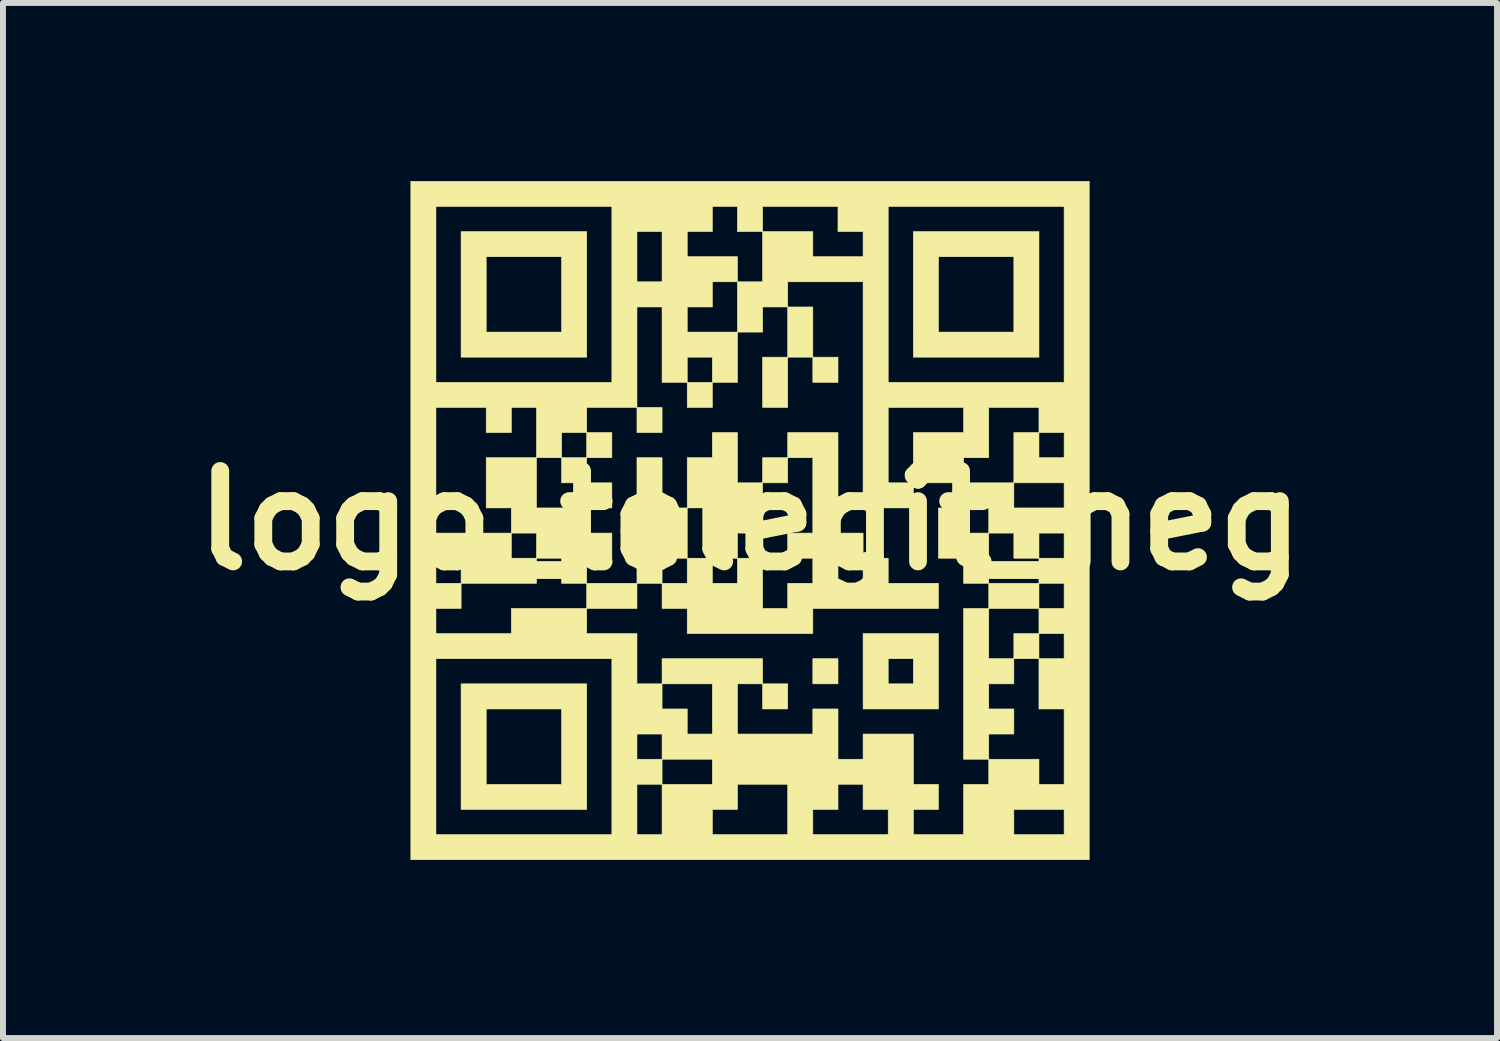
<source format=kicad_pcb>
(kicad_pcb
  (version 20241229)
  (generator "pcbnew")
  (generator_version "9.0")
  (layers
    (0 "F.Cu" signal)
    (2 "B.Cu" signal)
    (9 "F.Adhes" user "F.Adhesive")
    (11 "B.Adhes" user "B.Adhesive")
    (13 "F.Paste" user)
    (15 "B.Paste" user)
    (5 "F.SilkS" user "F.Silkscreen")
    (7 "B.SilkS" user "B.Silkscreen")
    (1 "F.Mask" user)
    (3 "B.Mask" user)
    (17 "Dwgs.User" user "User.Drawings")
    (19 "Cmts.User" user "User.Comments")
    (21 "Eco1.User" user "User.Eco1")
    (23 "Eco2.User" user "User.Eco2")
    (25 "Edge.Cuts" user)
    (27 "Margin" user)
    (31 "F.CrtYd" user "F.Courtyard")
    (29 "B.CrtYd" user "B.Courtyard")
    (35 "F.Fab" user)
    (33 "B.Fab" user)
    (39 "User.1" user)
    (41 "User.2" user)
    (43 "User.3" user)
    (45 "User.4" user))
  (footprint "logo_telegit_neg"
    (layer "F.Cu")
    (at 9.587 5.72)
    (property "Reference" "logo_telegit_neg" (at 0 0 0) (layer "F.SilkS") (effects (font (size 1.524 1.524) (thickness 0.3))))
    (attr through_hole)
    (fp_poly (pts (xy -3.175 -0.635) (xy -3.175 -1.058) (xy -2.752 -1.058) (xy -2.752 -0.635) (xy -3.175 -0.635)) (stroke (width 0.01) (type solid)) (fill yes) (layer "F.SilkS"))
    (fp_poly (pts (xy -2.752 -1.482) (xy -2.328 -1.482) (xy -2.328 -1.058) (xy -2.752 -1.058) (xy -2.752 -1.482)) (stroke (width 0.01) (type solid)) (fill yes) (layer "F.SilkS"))
    (fp_poly (pts (xy -2.752 -0.635) (xy -2.328 -0.635) (xy -2.328 -0.212) (xy -2.752 -0.212) (xy -2.752 -0.635)) (stroke (width 0.01) (type solid)) (fill yes) (layer "F.SilkS"))
    (fp_poly (pts (xy -1.905 1.482) (xy -2.752 1.482) (xy -2.752 1.058) (xy -1.905 1.058) (xy -1.905 1.482)) (stroke (width 0.01) (type solid)) (fill yes) (layer "F.SilkS"))
    (fp_poly (pts (xy -1.482 -1.482) (xy -1.905 -1.482) (xy -1.905 -1.905) (xy -1.482 -1.905) (xy -1.482 -1.482)) (stroke (width 0.01) (type solid)) (fill yes) (layer "F.SilkS"))
    (fp_poly (pts (xy -0.635 -1.905) (xy -1.058 -1.905) (xy -1.058 -2.328) (xy -0.635 -2.328) (xy -0.635 -1.905)) (stroke (width 0.01) (type solid)) (fill yes) (layer "F.SilkS"))
    (fp_poly (pts (xy 0.635 -3.598) (xy 1.058 -3.598) (xy 1.058 -2.752) (xy 0.635 -2.752) (xy 0.635 -3.598)) (stroke (width 0.01) (type solid)) (fill yes) (layer "F.SilkS"))
    (fp_poly (pts (xy 0.635 -1.905) (xy 0.212 -1.905) (xy 0.212 -2.752) (xy 0.635 -2.752) (xy 0.635 -1.905)) (stroke (width 0.01) (type solid)) (fill yes) (layer "F.SilkS"))
    (fp_poly (pts (xy 0.635 3.175) (xy 0.212 3.175) (xy 0.212 2.752) (xy 0.635 2.752) (xy 0.635 3.175)) (stroke (width 0.01) (type solid)) (fill yes) (layer "F.SilkS"))
    (fp_poly (pts (xy 1.482 -2.328) (xy 1.058 -2.328) (xy 1.058 -2.752) (xy 1.482 -2.752) (xy 1.482 -2.328)) (stroke (width 0.01) (type solid)) (fill yes) (layer "F.SilkS"))
    (fp_poly (pts (xy 1.482 2.752) (xy 1.058 2.752) (xy 1.058 2.328) (xy 1.482 2.328) (xy 1.482 2.752)) (stroke (width 0.01) (type solid)) (fill yes) (layer "F.SilkS"))
    (fp_poly (pts (xy 4.022 1.058) (xy 4.868 1.058) (xy 4.868 1.482) (xy 4.022 1.482) (xy 4.022 1.058)) (stroke (width 0.01) (type solid)) (fill yes) (layer "F.SilkS"))
    (fp_poly (pts (xy 4.445 1.905) (xy 4.868 1.905) (xy 4.868 2.328) (xy 4.445 2.328) (xy 4.445 1.905)) (stroke (width 0.01) (type solid)) (fill yes) (layer "F.SilkS"))
    (fp_poly (pts (xy 3.598 1.058) (xy 3.598 0.635) (xy 3.175 0.635) (xy 3.175 -0.212) (xy 3.598 -0.212) (xy 3.598 0.212) (xy 4.022 0.212) (xy 4.022 1.058) (xy 3.598 1.058)) (stroke (width 0.01) (type solid)) (fill yes) (layer "F.SilkS"))
    (fp_poly (pts (xy -2.752 -2.752) (xy -4.868 -2.752) (xy -4.868 -4.445) (xy -4.445 -4.445) (xy -4.445 -3.175) (xy -3.175 -3.175) (xy -3.175 -4.445) (xy -4.445 -4.445) (xy -4.868 -4.445) (xy -4.868 -4.868) (xy -2.752 -4.868) (xy -2.752 -2.752)) (stroke (width 0.01) (type solid)) (fill yes) (layer "F.SilkS"))
    (fp_poly (pts (xy -2.752 4.868) (xy -4.868 4.868) (xy -4.868 3.175) (xy -4.445 3.175) (xy -4.445 4.445) (xy -3.175 4.445) (xy -3.175 3.175) (xy -4.445 3.175) (xy -4.868 3.175) (xy -4.868 2.752) (xy -2.752 2.752) (xy -2.752 4.868)) (stroke (width 0.01) (type solid)) (fill yes) (layer "F.SilkS"))
    (fp_poly (pts (xy 3.175 3.175) (xy 1.905 3.175) (xy 1.905 2.328) (xy 2.328 2.328) (xy 2.328 2.752) (xy 2.752 2.752) (xy 2.752 2.328) (xy 2.328 2.328) (xy 1.905 2.328) (xy 1.905 1.905) (xy 3.175 1.905) (xy 3.175 3.175)) (stroke (width 0.01) (type solid)) (fill yes) (layer "F.SilkS"))
    (fp_poly (pts (xy 4.868 -2.752) (xy 2.752 -2.752) (xy 2.752 -4.445) (xy 3.175 -4.445) (xy 3.175 -3.175) (xy 4.445 -3.175) (xy 4.445 -4.445) (xy 3.175 -4.445) (xy 2.752 -4.445) (xy 2.752 -4.868) (xy 4.868 -4.868) (xy 4.868 -2.752)) (stroke (width 0.01) (type solid)) (fill yes) (layer "F.SilkS"))
    (fp_poly (pts (xy 4.445 2.752) (xy 4.022 2.752) (xy 4.022 3.175) (xy 4.445 3.175) (xy 4.445 3.598) (xy 4.022 3.598) (xy 4.022 4.022) (xy 3.598 4.022) (xy 3.598 1.482) (xy 4.022 1.482) (xy 4.022 2.328) (xy 4.445 2.328) (xy 4.445 2.752)) (stroke (width 0.01) (type solid)) (fill yes) (layer "F.SilkS"))
    (fp_poly (pts (xy -3.175 1.058) (xy -3.175 0.635) (xy -3.598 0.635) (xy -3.598 0.212) (xy -4.022 0.212) (xy -4.022 -0.212) (xy -4.445 -0.212) (xy -4.445 -1.058) (xy -3.598 -1.058) (xy -3.598 -0.212) (xy -2.752 -0.212) (xy -2.752 0.212) (xy -2.328 0.212) (xy -2.328 0.635) (xy -2.752 0.635) (xy -2.752 1.058) (xy -3.175 1.058)) (stroke (width 0.01) (type solid)) (fill yes) (layer "F.SilkS"))
    (fp_poly (pts (xy 2.328 0.635) (xy 2.328 1.058) (xy 3.175 1.058) (xy 3.175 1.482) (xy 1.058 1.482) (xy 1.058 1.905) (xy -1.058 1.905) (xy -1.058 1.482) (xy -1.482 1.482) (xy -1.482 1.058) (xy -1.905 1.058) (xy -1.905 0.635) (xy -1.482 0.635) (xy -1.482 1.058) (xy -1.058 1.058) (xy -0.635 1.058) (xy -0.212 1.058) (xy -0.212 0.635) (xy -0.635 0.635) (xy -0.635 1.058) (xy -1.058 1.058) (xy -1.058 0.635) (xy -1.482 0.635) (xy -1.905 0.635) (xy -1.905 -1.058) (xy -1.482 -1.058) (xy -1.482 -0.212) (xy -1.058 -0.212) (xy -1.058 0.635) (xy -0.635 0.635) (xy -0.635 0.212) (xy -0.212 0.212) (xy -0.212 0.635) (xy 0.212 0.635) (xy 0.212 1.482) (xy 0.635 1.482) (xy 0.635 1.058) (xy 1.058 1.058) (xy 1.058 0.635) (xy 1.482 0.635) (xy 1.482 1.058) (xy 1.905 1.058) (xy 1.905 0.635) (xy 1.482 0.635) (xy 1.058 0.635) (xy 0.635 0.635) (xy 0.635 0.212) (xy 1.058 0.212) (xy 1.058 -1.058) (xy 0.635 -1.058) (xy 0.635 -0.635) (xy 0.212 -0.635) (xy 0.212 0.212) (xy -0.212 0.212) (xy -0.635 0.212) (xy -0.635 -0.212) (xy -1.058 -0.212) (xy -1.058 -1.058) (xy -0.635 -1.058) (xy -0.635 -1.482) (xy -0.212 -1.482) (xy -0.212 -0.635) (xy 0.212 -0.635) (xy 0.212 -1.058) (xy 0.635 -1.058) (xy 0.635 -1.482) (xy 1.482 -1.482) (xy 1.482 0.212) (xy 1.905 0.212) (xy 1.905 0.635) (xy 2.328 0.635)) (stroke (width 0.01) (type solid)) (fill yes) (layer "F.SilkS"))
    (fp_poly (pts (xy 5.715 5.715) (xy -5.715 5.715) (xy -5.715 2.328) (xy -5.292 2.328) (xy -5.292 5.292) (xy -2.328 5.292) (xy -2.328 4.445) (xy -1.905 4.445) (xy -1.905 5.292) (xy -1.482 5.292) (xy -1.482 4.868) (xy -0.635 4.868) (xy -0.635 5.292) (xy 0.635 5.292) (xy 0.635 4.868) (xy 1.058 4.868) (xy 1.058 5.292) (xy 2.328 5.292) (xy 2.328 4.868) (xy 1.905 4.868) (xy 1.905 4.445) (xy 1.482 4.445) (xy 1.482 4.868) (xy 1.058 4.868) (xy 0.635 4.868) (xy 0.635 4.445) (xy -0.212 4.445) (xy -0.212 4.868) (xy -0.635 4.868) (xy -1.482 4.868) (xy -1.482 4.445) (xy -1.905 4.445) (xy -2.328 4.445) (xy -2.328 3.598) (xy -1.905 3.598) (xy -1.905 4.022) (xy -1.482 4.022) (xy -1.482 4.445) (xy -0.635 4.445) (xy -0.635 4.022) (xy -1.482 4.022) (xy -1.482 3.598) (xy -1.905 3.598) (xy -2.328 3.598) (xy -2.328 3.175) (xy -1.482 3.175) (xy -1.058 3.175) (xy -1.058 3.598) (xy -0.635 3.598) (xy -0.635 2.752) (xy -1.482 2.752) (xy -1.482 3.175) (xy -2.328 3.175) (xy -2.328 2.328) (xy -5.292 2.328) (xy -5.715 2.328) (xy -5.715 1.482) (xy -5.292 1.482) (xy -5.292 1.905) (xy -4.022 1.905) (xy -4.022 1.482) (xy -2.752 1.482) (xy -2.752 1.905) (xy -1.905 1.905) (xy -1.905 2.752) (xy -1.482 2.752) (xy -1.482 2.328) (xy 0.212 2.328) (xy 0.212 2.752) (xy -0.212 2.752) (xy -0.212 3.598) (xy 1.058 3.598) (xy 1.058 3.175) (xy 1.482 3.175) (xy 1.482 4.022) (xy 1.905 4.022) (xy 1.905 3.598) (xy 2.752 3.598) (xy 2.752 4.445) (xy 3.175 4.445) (xy 3.175 4.868) (xy 2.752 4.868) (xy 2.752 5.292) (xy 3.598 5.292) (xy 3.598 4.868) (xy 4.445 4.868) (xy 4.445 5.292) (xy 5.292 5.292) (xy 5.292 4.868) (xy 4.445 4.868) (xy 3.598 4.868) (xy 3.598 4.445) (xy 4.022 4.445) (xy 4.022 4.022) (xy 4.868 4.022) (xy 4.868 4.445) (xy 5.292 4.445) (xy 5.292 3.175) (xy 4.868 3.175) (xy 4.868 2.328) (xy 5.292 2.328) (xy 5.292 1.905) (xy 4.868 1.905) (xy 4.868 1.482) (xy 5.292 1.482) (xy 5.292 1.058) (xy 4.868 1.058) (xy 4.868 0.635) (xy 4.445 0.635) (xy 4.445 0.212) (xy 4.868 0.212) (xy 4.868 0.635) (xy 5.292 0.635) (xy 5.292 0.212) (xy 4.868 0.212) (xy 4.445 0.212) (xy 4.022 0.212) (xy 4.022 -0.212) (xy 3.598 -0.212) (xy 3.598 -0.635) (xy 2.752 -0.635) (xy 2.752 -0.212) (xy 1.905 -0.212) (xy 1.905 -1.905) (xy 2.328 -1.905) (xy 2.328 -0.635) (xy 2.752 -0.635) (xy 2.752 -1.058) (xy 3.598 -1.058) (xy 3.598 -0.635) (xy 4.445 -0.635) (xy 4.445 -0.212) (xy 5.292 -0.212) (xy 5.292 -0.635) (xy 4.445 -0.635) (xy 4.445 -1.482) (xy 4.868 -1.482) (xy 4.868 -1.058) (xy 5.292 -1.058) (xy 5.292 -1.482) (xy 4.868 -1.482) (xy 4.868 -1.905) (xy 4.022 -1.905) (xy 4.022 -1.058) (xy 3.598 -1.058) (xy 2.752 -1.058) (xy 2.752 -1.482) (xy 3.598 -1.482) (xy 3.598 -1.905) (xy 2.328 -1.905) (xy 1.905 -1.905) (xy 1.905 -4.022) (xy 0.635 -4.022) (xy 0.635 -3.598) (xy 0.212 -3.598) (xy 0.212 -3.175) (xy -0.212 -3.175) (xy -0.212 -2.328) (xy -0.635 -2.328) (xy -0.635 -2.752) (xy -1.058 -2.752) (xy -1.058 -2.328) (xy -1.482 -2.328) (xy -1.482 -3.598) (xy -1.058 -3.598) (xy -1.058 -3.175) (xy -0.212 -3.175) (xy -0.212 -4.022) (xy -0.635 -4.022) (xy -0.635 -3.598) (xy -1.058 -3.598) (xy -1.482 -3.598) (xy -1.905 -3.598) (xy -1.905 -1.905) (xy -2.752 -1.905) (xy -2.752 -1.482) (xy -3.175 -1.482) (xy -3.175 -1.058) (xy -3.598 -1.058) (xy -3.598 -1.905) (xy -4.022 -1.905) (xy -4.022 -1.482) (xy -4.445 -1.482) (xy -4.445 -1.905) (xy -5.292 -1.905) (xy -5.292 0.212) (xy -4.022 0.212) (xy -4.022 0.635) (xy -3.598 0.635) (xy -3.598 1.058) (xy -4.868 1.058) (xy -4.868 1.482) (xy -5.292 1.482) (xy -5.715 1.482) (xy -5.715 0.635) (xy -5.292 0.635) (xy -5.292 1.058) (xy -4.868 1.058) (xy -4.868 0.635) (xy -5.292 0.635) (xy -5.715 0.635) (xy -5.715 -5.292) (xy -5.292 -5.292) (xy -5.292 -2.328) (xy -2.328 -2.328) (xy -2.328 -4.868) (xy -1.905 -4.868) (xy -1.905 -4.022) (xy -1.482 -4.022) (xy -1.482 -4.868) (xy -1.058 -4.868) (xy -1.058 -4.445) (xy -0.212 -4.445) (xy -0.212 -4.022) (xy 0.212 -4.022) (xy 0.212 -4.868) (xy -0.212 -4.868) (xy -0.212 -5.292) (xy 0.212 -5.292) (xy 0.212 -4.868) (xy 1.058 -4.868) (xy 1.058 -4.445) (xy 1.905 -4.445) (xy 1.905 -4.868) (xy 1.482 -4.868) (xy 1.482 -5.292) (xy 2.328 -5.292) (xy 2.328 -2.328) (xy 5.292 -2.328) (xy 5.292 -5.292) (xy 2.328 -5.292) (xy 1.482 -5.292) (xy 0.212 -5.292) (xy -0.212 -5.292) (xy -0.635 -5.292) (xy -0.635 -4.868) (xy -1.058 -4.868) (xy -1.482 -4.868) (xy -1.905 -4.868) (xy -2.328 -4.868) (xy -2.328 -5.292) (xy -5.292 -5.292) (xy -5.715 -5.292) (xy -5.715 -5.715) (xy 5.715 -5.715) (xy 5.715 5.715)) (stroke (width 0.01) (type solid)) (fill yes) (layer "F.SilkS")))
  (gr_rect
    (start -3 -3)
    (end 22.173 14.44)
    (stroke (width 0.1) (type default))
    (fill no)
    (layer "Edge.Cuts")))
</source>
